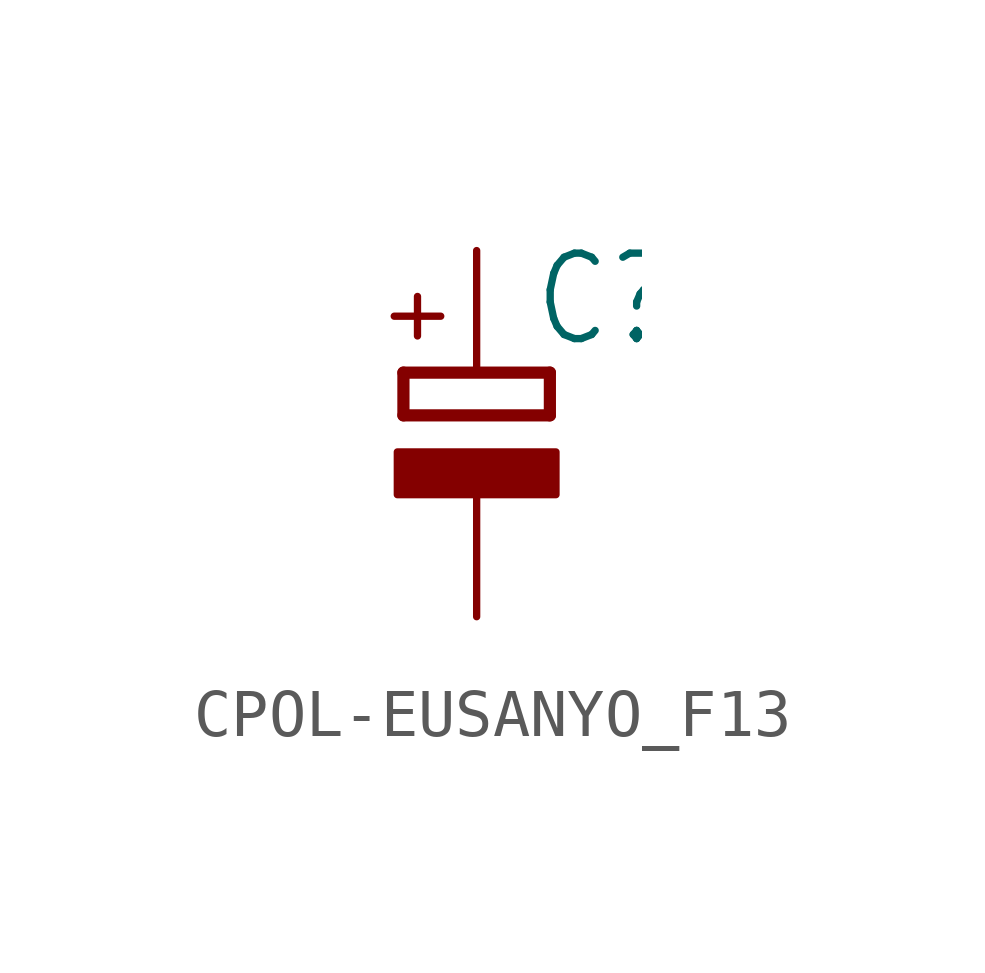
<source format=kicad_sym>
(kicad_symbol_lib
  (version 20241209)
  (generator "kicad_symbol_editor")
  (generator_version "9.0")
  (symbol "CPOL-EUSANYO_F13"
    (property "Reference" "C"
      (at 1.143 0.483 0)
      (effects (font (size 1.778 1.511)) (justify left bottom)))
    (property "Value" ""
      (at 1.143 -4.597 0)
      (effects (font (size 1.778 1.511)) (justify left bottom)))
    (property "ki_locked" ""
      (at 0 0 0)
      (effects (font (size 1.27 1.27))))
    (symbol "CPOL-EUSANYO_F13_1_0"
      (rectangle (start -1.651 -2.54) (end 1.651 -1.651) (stroke (width 0) (type default)) (fill (type outline)))
      (polyline (pts (xy -1.524 0) (xy -1.524 -0.889)) (stroke (width 0.254) (type solid)) (fill (type none)))
      (polyline (pts (xy -1.524 0) (xy 1.524 0)) (stroke (width 0.254) (type solid)) (fill (type none)))
      (polyline (pts (xy -1.524 -0.889) (xy 1.524 -0.889)) (stroke (width 0.254) (type solid)) (fill (type none)))
      (polyline (pts (xy 1.524 -0.889) (xy 1.524 0)) (stroke (width 0.254) (type solid)) (fill (type none)))
      (text "+" (at -0.584 0.406 900) (effects (font (size 1.27 1.079)) (justify left bottom)))
      (pin passive line (at 0 2.54 270) (length 2.54) (name "+" (effects (font (size 0 0)))) (number "+" (effects (font (size 0 0)))))
      (pin passive line (at 0 -5.08 90) (length 2.54) (name "-" (effects (font (size 0 0)))) (number "-" (effects (font (size 0 0))))))))
</source>
